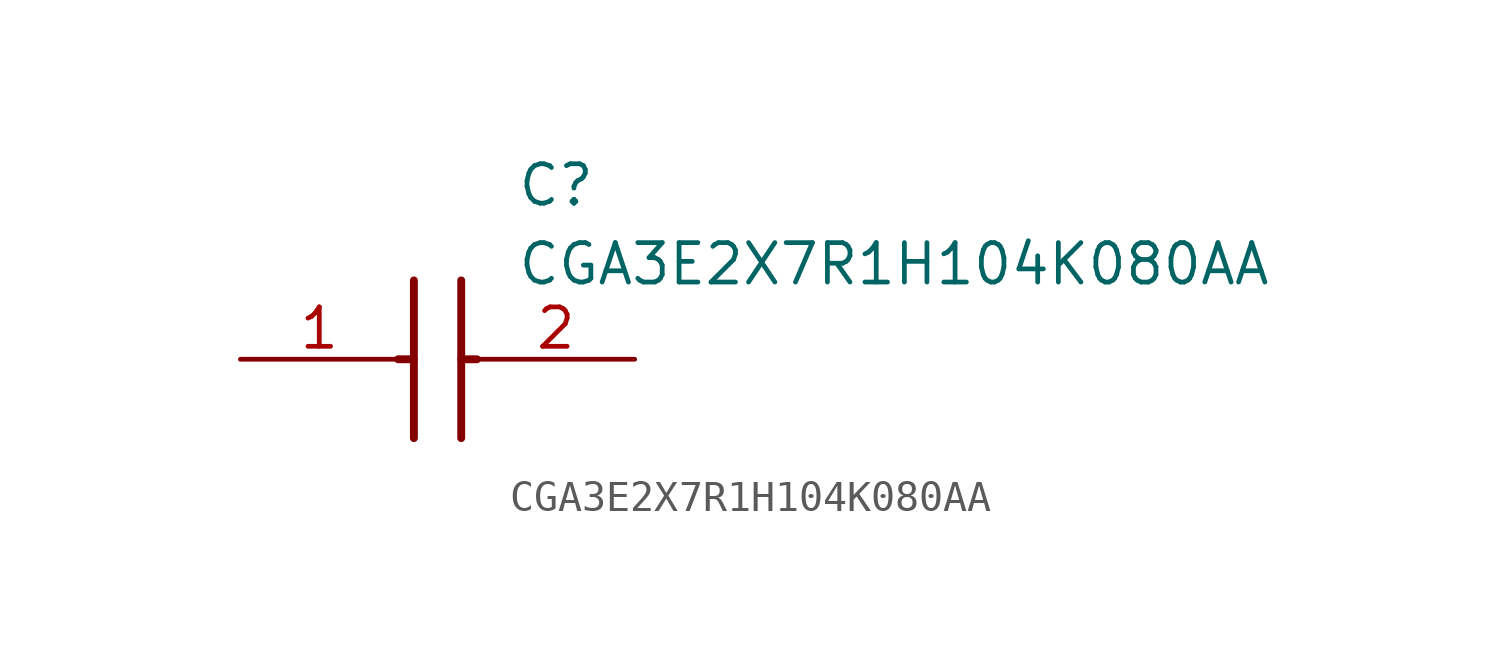
<source format=kicad_sym>
(kicad_symbol_lib
  (version 20211014)
  (generator SamacSys_ECAD_Model)
  (symbol "CGA3E2X7R1H104K080AA"
    (pin_names hide)
    (property "Reference" "C"
      (at 8.89 6.35 0)
      (effects (font (size 1.27 1.27)) (justify left top)))
    (property "Value" "CGA3E2X7R1H104K080AA"
      (at 8.89 3.81 0)
      (effects (font (size 1.27 1.27)) (justify left top)))
    (polyline
      (pts (xy 5.588 2.54) (xy 5.588 -2.54))
      (stroke (width 0.254) (type default))
      (fill (type none)))
    (polyline
      (pts (xy 7.112 2.54) (xy 7.112 -2.54))
      (stroke (width 0.254) (type default))
      (fill (type none)))
    (polyline
      (pts (xy 5.08 0) (xy 5.588 0))
      (stroke (width 0.254) (type default))
      (fill (type none)))
    (polyline
      (pts (xy 7.112 0) (xy 7.62 0))
      (stroke (width 0.254) (type default))
      (fill (type none)))
    (pin passive line
      (at 0 0 0)
      (length 5.08)
      (name "1" (effects (font (size 1.27 1.27))))
      (number "1" (effects (font (size 1.27 1.27)))))
    (pin passive line
      (at 12.7 0 180)
      (length 5.08)
      (name "2" (effects (font (size 1.27 1.27))))
      (number "2" (effects (font (size 1.27 1.27)))))))
</source>
